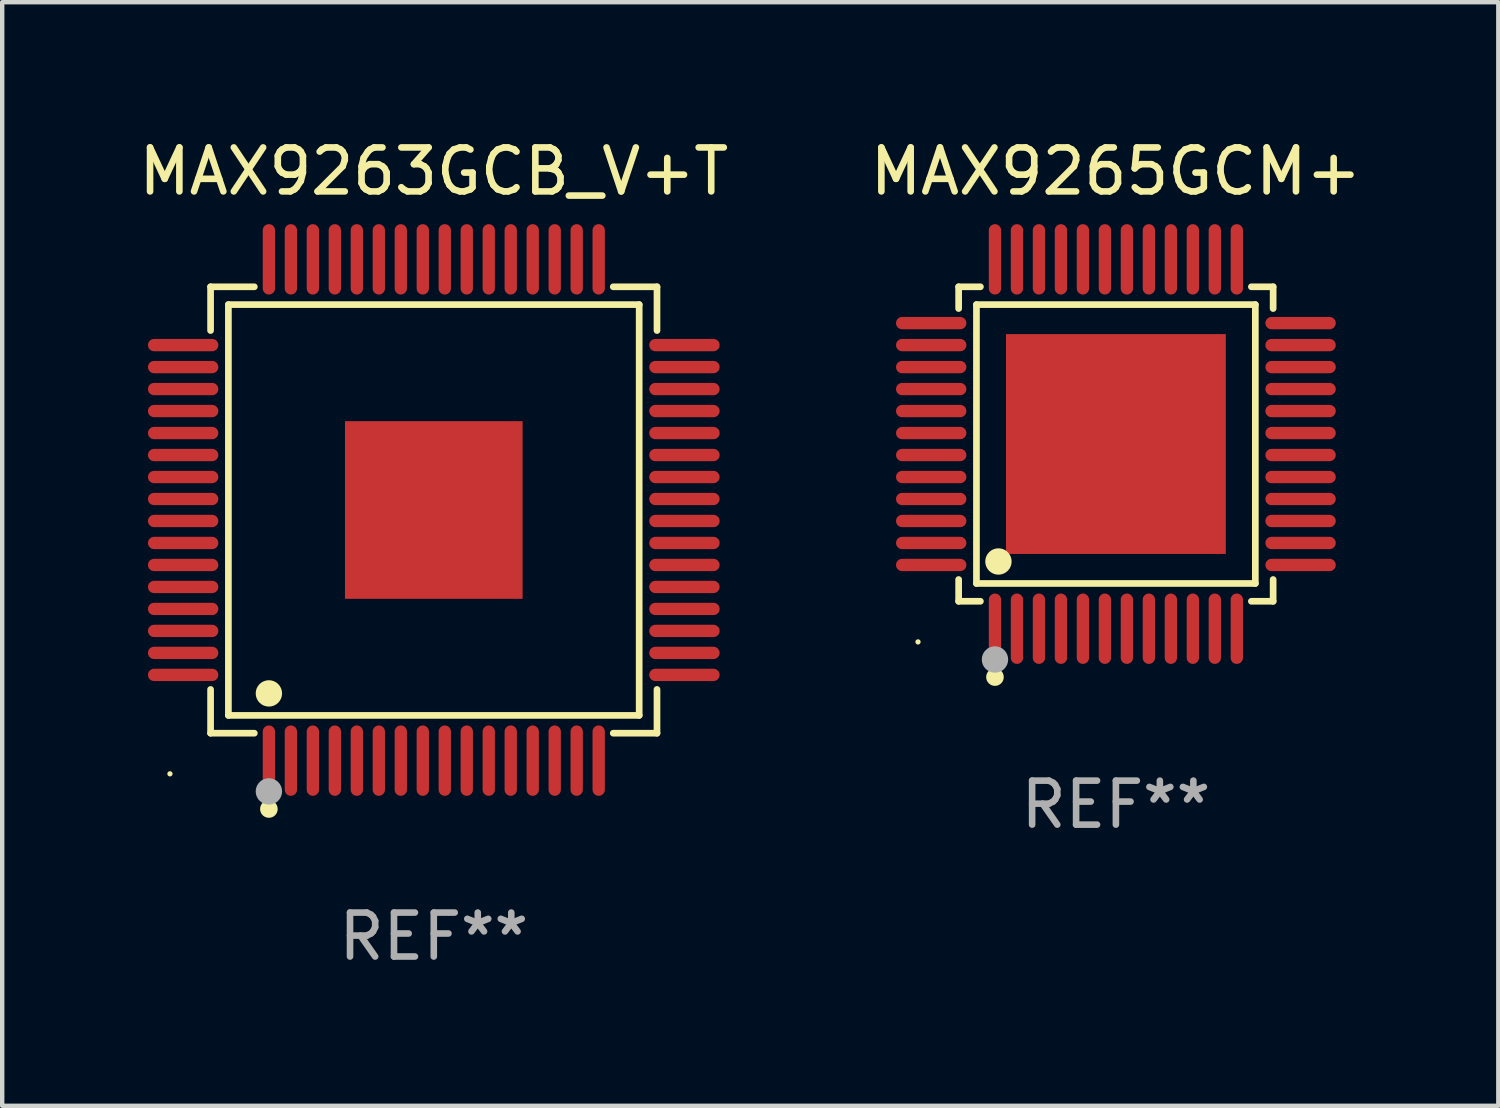
<source format=kicad_pcb>
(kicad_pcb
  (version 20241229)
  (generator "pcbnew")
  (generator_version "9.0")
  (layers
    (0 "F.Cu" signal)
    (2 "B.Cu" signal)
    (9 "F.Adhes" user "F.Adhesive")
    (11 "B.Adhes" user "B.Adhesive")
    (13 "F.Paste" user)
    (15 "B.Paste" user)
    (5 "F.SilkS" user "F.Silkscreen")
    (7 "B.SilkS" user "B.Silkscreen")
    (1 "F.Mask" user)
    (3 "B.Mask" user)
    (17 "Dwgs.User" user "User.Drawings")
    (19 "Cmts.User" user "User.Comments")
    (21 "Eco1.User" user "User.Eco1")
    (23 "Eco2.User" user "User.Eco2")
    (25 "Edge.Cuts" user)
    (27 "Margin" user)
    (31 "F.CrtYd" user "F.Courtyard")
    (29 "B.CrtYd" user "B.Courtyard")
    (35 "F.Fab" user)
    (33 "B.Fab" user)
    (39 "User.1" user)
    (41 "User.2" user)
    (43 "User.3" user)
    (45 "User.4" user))
  (footprint "MAX9265GCM+"
    (layer "F.Cu")
    (at 22.327 7.048)
    (property "Reference" "MAX9265GCM+" (at 0 -6.2 0) (layer "F.SilkS") (effects (font (size 1 1) (thickness 0.15))))
    (attr through_hole)
    (fp_line (start -3.576 -3.576) (end -3.081 -3.576) (stroke (width 0.152) (type solid)) (layer "F.SilkS"))
    (fp_line (start -3.576 -3.081) (end -3.576 -3.576) (stroke (width 0.152) (type solid)) (layer "F.SilkS"))
    (fp_line (start -3.576 3.081) (end -3.576 3.576) (stroke (width 0.152) (type solid)) (layer "F.SilkS"))
    (fp_line (start -3.576 3.576) (end -3.081 3.576) (stroke (width 0.152) (type solid)) (layer "F.SilkS"))
    (fp_line (start -3.171 -3.171) (end 3.171 -3.171) (stroke (width 0.152) (type solid)) (layer "F.SilkS"))
    (fp_line (start -3.171 3.171) (end -3.171 -3.171) (stroke (width 0.152) (type solid)) (layer "F.SilkS"))
    (fp_line (start 3.171 -3.171) (end 3.171 3.171) (stroke (width 0.152) (type solid)) (layer "F.SilkS"))
    (fp_line (start 3.171 3.171) (end -3.171 3.171) (stroke (width 0.152) (type solid)) (layer "F.SilkS"))
    (fp_line (start 3.576 -3.576) (end 3.081 -3.576) (stroke (width 0.152) (type solid)) (layer "F.SilkS"))
    (fp_line (start 3.576 -3.081) (end 3.576 -3.576) (stroke (width 0.152) (type solid)) (layer "F.SilkS"))
    (fp_line (start 3.576 3.081) (end 3.576 3.576) (stroke (width 0.152) (type solid)) (layer "F.SilkS"))
    (fp_line (start 3.576 3.576) (end 3.081 3.576) (stroke (width 0.152) (type solid)) (layer "F.SilkS"))
    (fp_circle (center -4.5 4.5) (end -4.47 4.5) (stroke (width 0.06) (type solid)) (fill no) (layer "F.SilkS"))
    (fp_circle (center -2.75 5.3) (end -2.65 5.3) (stroke (width 0.2) (type solid)) (fill no) (layer "F.SilkS"))
    (fp_circle (center -2.671 2.671) (end -2.521 2.671) (stroke (width 0.3) (type solid)) (fill no) (layer "F.SilkS"))
    (fp_circle (center -2.75 4.9) (end -2.6 4.9) (stroke (width 0.3) (type solid)) (fill no) (layer "F.Fab"))
    (fp_text user "REF**" (at 0 8.2 0) (layer "F.Fab") (effects (font (size 1 1) (thickness 0.15))))
    (pad "1" smd oval (at -2.75 4.2) (size 0.28 1.6) (layers "F.Cu" "F.Mask" "F.Paste"))
    (pad "2" smd oval (at -2.25 4.2) (size 0.28 1.6) (layers "F.Cu" "F.Mask" "F.Paste"))
    (pad "3" smd oval (at -1.75 4.2) (size 0.28 1.6) (layers "F.Cu" "F.Mask" "F.Paste"))
    (pad "4" smd oval (at -1.25 4.2) (size 0.28 1.6) (layers "F.Cu" "F.Mask" "F.Paste"))
    (pad "5" smd oval (at -0.75 4.2) (size 0.28 1.6) (layers "F.Cu" "F.Mask" "F.Paste"))
    (pad "6" smd oval (at -0.25 4.2) (size 0.28 1.6) (layers "F.Cu" "F.Mask" "F.Paste"))
    (pad "7" smd oval (at 0.25 4.2) (size 0.28 1.6) (layers "F.Cu" "F.Mask" "F.Paste"))
    (pad "8" smd oval (at 0.75 4.2) (size 0.28 1.6) (layers "F.Cu" "F.Mask" "F.Paste"))
    (pad "9" smd oval (at 1.25 4.2) (size 0.28 1.6) (layers "F.Cu" "F.Mask" "F.Paste"))
    (pad "10" smd oval (at 1.75 4.2) (size 0.28 1.6) (layers "F.Cu" "F.Mask" "F.Paste"))
    (pad "11" smd oval (at 2.25 4.2) (size 0.28 1.6) (layers "F.Cu" "F.Mask" "F.Paste"))
    (pad "12" smd oval (at 2.75 4.2) (size 0.28 1.6) (layers "F.Cu" "F.Mask" "F.Paste"))
    (pad "13" smd oval (at 4.2 2.75) (size 1.6 0.28) (layers "F.Cu" "F.Mask" "F.Paste"))
    (pad "14" smd oval (at 4.2 2.25) (size 1.6 0.28) (layers "F.Cu" "F.Mask" "F.Paste"))
    (pad "15" smd oval (at 4.2 1.75) (size 1.6 0.28) (layers "F.Cu" "F.Mask" "F.Paste"))
    (pad "16" smd oval (at 4.2 1.25) (size 1.6 0.28) (layers "F.Cu" "F.Mask" "F.Paste"))
    (pad "17" smd oval (at 4.2 0.75) (size 1.6 0.28) (layers "F.Cu" "F.Mask" "F.Paste"))
    (pad "18" smd oval (at 4.2 0.25) (size 1.6 0.28) (layers "F.Cu" "F.Mask" "F.Paste"))
    (pad "19" smd oval (at 4.2 -0.25) (size 1.6 0.28) (layers "F.Cu" "F.Mask" "F.Paste"))
    (pad "20" smd oval (at 4.2 -0.75) (size 1.6 0.28) (layers "F.Cu" "F.Mask" "F.Paste"))
    (pad "21" smd oval (at 4.2 -1.25) (size 1.6 0.28) (layers "F.Cu" "F.Mask" "F.Paste"))
    (pad "22" smd oval (at 4.2 -1.75) (size 1.6 0.28) (layers "F.Cu" "F.Mask" "F.Paste"))
    (pad "23" smd oval (at 4.2 -2.25) (size 1.6 0.28) (layers "F.Cu" "F.Mask" "F.Paste"))
    (pad "24" smd oval (at 4.2 -2.75) (size 1.6 0.28) (layers "F.Cu" "F.Mask" "F.Paste"))
    (pad "25" smd oval (at 2.75 -4.2) (size 0.28 1.6) (layers "F.Cu" "F.Mask" "F.Paste"))
    (pad "26" smd oval (at 2.25 -4.2) (size 0.28 1.6) (layers "F.Cu" "F.Mask" "F.Paste"))
    (pad "27" smd oval (at 1.75 -4.2) (size 0.28 1.6) (layers "F.Cu" "F.Mask" "F.Paste"))
    (pad "28" smd oval (at 1.25 -4.2) (size 0.28 1.6) (layers "F.Cu" "F.Mask" "F.Paste"))
    (pad "29" smd oval (at 0.75 -4.2) (size 0.28 1.6) (layers "F.Cu" "F.Mask" "F.Paste"))
    (pad "30" smd oval (at 0.25 -4.2) (size 0.28 1.6) (layers "F.Cu" "F.Mask" "F.Paste"))
    (pad "31" smd oval (at -0.25 -4.2) (size 0.28 1.6) (layers "F.Cu" "F.Mask" "F.Paste"))
    (pad "32" smd oval (at -0.75 -4.2) (size 0.28 1.6) (layers "F.Cu" "F.Mask" "F.Paste"))
    (pad "33" smd oval (at -1.25 -4.2) (size 0.28 1.6) (layers "F.Cu" "F.Mask" "F.Paste"))
    (pad "34" smd oval (at -1.75 -4.2) (size 0.28 1.6) (layers "F.Cu" "F.Mask" "F.Paste"))
    (pad "35" smd oval (at -2.25 -4.2) (size 0.28 1.6) (layers "F.Cu" "F.Mask" "F.Paste"))
    (pad "36" smd oval (at -2.75 -4.2) (size 0.28 1.6) (layers "F.Cu" "F.Mask" "F.Paste"))
    (pad "37" smd oval (at -4.2 -2.75) (size 1.6 0.28) (layers "F.Cu" "F.Mask" "F.Paste"))
    (pad "38" smd oval (at -4.2 -2.25) (size 1.6 0.28) (layers "F.Cu" "F.Mask" "F.Paste"))
    (pad "39" smd oval (at -4.2 -1.75) (size 1.6 0.28) (layers "F.Cu" "F.Mask" "F.Paste"))
    (pad "40" smd oval (at -4.2 -1.25) (size 1.6 0.28) (layers "F.Cu" "F.Mask" "F.Paste"))
    (pad "41" smd oval (at -4.2 -0.75) (size 1.6 0.28) (layers "F.Cu" "F.Mask" "F.Paste"))
    (pad "42" smd oval (at -4.2 -0.25) (size 1.6 0.28) (layers "F.Cu" "F.Mask" "F.Paste"))
    (pad "43" smd oval (at -4.2 0.25) (size 1.6 0.28) (layers "F.Cu" "F.Mask" "F.Paste"))
    (pad "44" smd oval (at -4.2 0.75) (size 1.6 0.28) (layers "F.Cu" "F.Mask" "F.Paste"))
    (pad "45" smd oval (at -4.2 1.25) (size 1.6 0.28) (layers "F.Cu" "F.Mask" "F.Paste"))
    (pad "46" smd oval (at -4.2 1.75) (size 1.6 0.28) (layers "F.Cu" "F.Mask" "F.Paste"))
    (pad "47" smd oval (at -4.2 2.25) (size 1.6 0.28) (layers "F.Cu" "F.Mask" "F.Paste"))
    (pad "48" smd oval (at -4.2 2.75) (size 1.6 0.28) (layers "F.Cu" "F.Mask" "F.Paste"))
    (pad "49" smd rect (at 0 0) (size 5 5) (layers "F.Cu" "F.Mask" "F.Paste")))
  (footprint "MAX9263GCB_V+T"
    (layer "F.Cu")
    (at 6.815 8.548)
    (property "Reference" "MAX9263GCB_V+T" (at 0 -7.7 0) (layer "F.SilkS") (effects (font (size 1 1) (thickness 0.15))))
    (attr through_hole)
    (fp_line (start -5.076 -5.076) (end -4.081 -5.076) (stroke (width 0.152) (type solid)) (layer "F.SilkS"))
    (fp_line (start -5.076 -4.081) (end -5.076 -5.076) (stroke (width 0.152) (type solid)) (layer "F.SilkS"))
    (fp_line (start -5.076 4.081) (end -5.076 5.076) (stroke (width 0.152) (type solid)) (layer "F.SilkS"))
    (fp_line (start -5.076 5.076) (end -4.081 5.076) (stroke (width 0.152) (type solid)) (layer "F.SilkS"))
    (fp_line (start -4.671 -4.671) (end 4.671 -4.671) (stroke (width 0.152) (type solid)) (layer "F.SilkS"))
    (fp_line (start -4.671 4.671) (end -4.671 -4.671) (stroke (width 0.152) (type solid)) (layer "F.SilkS"))
    (fp_line (start 4.671 -4.671) (end 4.671 4.671) (stroke (width 0.152) (type solid)) (layer "F.SilkS"))
    (fp_line (start 4.671 4.671) (end -4.671 4.671) (stroke (width 0.152) (type solid)) (layer "F.SilkS"))
    (fp_line (start 5.076 -5.076) (end 4.081 -5.076) (stroke (width 0.152) (type solid)) (layer "F.SilkS"))
    (fp_line (start 5.076 -4.081) (end 5.076 -5.076) (stroke (width 0.152) (type solid)) (layer "F.SilkS"))
    (fp_line (start 5.076 4.081) (end 5.076 5.076) (stroke (width 0.152) (type solid)) (layer "F.SilkS"))
    (fp_line (start 5.076 5.076) (end 4.081 5.076) (stroke (width 0.152) (type solid)) (layer "F.SilkS"))
    (fp_circle (center -6 6) (end -5.97 6) (stroke (width 0.06) (type solid)) (fill no) (layer "F.SilkS"))
    (fp_circle (center -3.75 4.171) (end -3.6 4.171) (stroke (width 0.3) (type solid)) (fill no) (layer "F.SilkS"))
    (fp_circle (center -3.75 6.8) (end -3.65 6.8) (stroke (width 0.2) (type solid)) (fill no) (layer "F.SilkS"))
    (fp_circle (center -3.75 6.4) (end -3.6 6.4) (stroke (width 0.3) (type solid)) (fill no) (layer "F.Fab"))
    (fp_text user "REF**" (at 0 9.7 0) (layer "F.Fab") (effects (font (size 1 1) (thickness 0.15))))
    (pad "1" smd oval (at -3.75 5.7) (size 0.28 1.6) (layers "F.Cu" "F.Mask" "F.Paste"))
    (pad "2" smd oval (at -3.25 5.7) (size 0.28 1.6) (layers "F.Cu" "F.Mask" "F.Paste"))
    (pad "3" smd oval (at -2.75 5.7) (size 0.28 1.6) (layers "F.Cu" "F.Mask" "F.Paste"))
    (pad "4" smd oval (at -2.25 5.7) (size 0.28 1.6) (layers "F.Cu" "F.Mask" "F.Paste"))
    (pad "5" smd oval (at -1.75 5.7) (size 0.28 1.6) (layers "F.Cu" "F.Mask" "F.Paste"))
    (pad "6" smd oval (at -1.25 5.7) (size 0.28 1.6) (layers "F.Cu" "F.Mask" "F.Paste"))
    (pad "7" smd oval (at -0.75 5.7) (size 0.28 1.6) (layers "F.Cu" "F.Mask" "F.Paste"))
    (pad "8" smd oval (at -0.25 5.7) (size 0.28 1.6) (layers "F.Cu" "F.Mask" "F.Paste"))
    (pad "9" smd oval (at 0.25 5.7) (size 0.28 1.6) (layers "F.Cu" "F.Mask" "F.Paste"))
    (pad "10" smd oval (at 0.75 5.7) (size 0.28 1.6) (layers "F.Cu" "F.Mask" "F.Paste"))
    (pad "11" smd oval (at 1.25 5.7) (size 0.28 1.6) (layers "F.Cu" "F.Mask" "F.Paste"))
    (pad "12" smd oval (at 1.75 5.7) (size 0.28 1.6) (layers "F.Cu" "F.Mask" "F.Paste"))
    (pad "13" smd oval (at 2.25 5.7) (size 0.28 1.6) (layers "F.Cu" "F.Mask" "F.Paste"))
    (pad "14" smd oval (at 2.75 5.7) (size 0.28 1.6) (layers "F.Cu" "F.Mask" "F.Paste"))
    (pad "15" smd oval (at 3.25 5.7) (size 0.28 1.6) (layers "F.Cu" "F.Mask" "F.Paste"))
    (pad "16" smd oval (at 3.75 5.7) (size 0.28 1.6) (layers "F.Cu" "F.Mask" "F.Paste"))
    (pad "17" smd oval (at 5.7 3.75) (size 1.6 0.28) (layers "F.Cu" "F.Mask" "F.Paste"))
    (pad "18" smd oval (at 5.7 3.25) (size 1.6 0.28) (layers "F.Cu" "F.Mask" "F.Paste"))
    (pad "19" smd oval (at 5.7 2.75) (size 1.6 0.28) (layers "F.Cu" "F.Mask" "F.Paste"))
    (pad "20" smd oval (at 5.7 2.25) (size 1.6 0.28) (layers "F.Cu" "F.Mask" "F.Paste"))
    (pad "21" smd oval (at 5.7 1.75) (size 1.6 0.28) (layers "F.Cu" "F.Mask" "F.Paste"))
    (pad "22" smd oval (at 5.7 1.25) (size 1.6 0.28) (layers "F.Cu" "F.Mask" "F.Paste"))
    (pad "23" smd oval (at 5.7 0.75) (size 1.6 0.28) (layers "F.Cu" "F.Mask" "F.Paste"))
    (pad "24" smd oval (at 5.7 0.25) (size 1.6 0.28) (layers "F.Cu" "F.Mask" "F.Paste"))
    (pad "25" smd oval (at 5.7 -0.25) (size 1.6 0.28) (layers "F.Cu" "F.Mask" "F.Paste"))
    (pad "26" smd oval (at 5.7 -0.75) (size 1.6 0.28) (layers "F.Cu" "F.Mask" "F.Paste"))
    (pad "27" smd oval (at 5.7 -1.25) (size 1.6 0.28) (layers "F.Cu" "F.Mask" "F.Paste"))
    (pad "28" smd oval (at 5.7 -1.75) (size 1.6 0.28) (layers "F.Cu" "F.Mask" "F.Paste"))
    (pad "29" smd oval (at 5.7 -2.25) (size 1.6 0.28) (layers "F.Cu" "F.Mask" "F.Paste"))
    (pad "30" smd oval (at 5.7 -2.75) (size 1.6 0.28) (layers "F.Cu" "F.Mask" "F.Paste"))
    (pad "31" smd oval (at 5.7 -3.25) (size 1.6 0.28) (layers "F.Cu" "F.Mask" "F.Paste"))
    (pad "32" smd oval (at 5.7 -3.75) (size 1.6 0.28) (layers "F.Cu" "F.Mask" "F.Paste"))
    (pad "33" smd oval (at 3.75 -5.7) (size 0.28 1.6) (layers "F.Cu" "F.Mask" "F.Paste"))
    (pad "34" smd oval (at 3.25 -5.7) (size 0.28 1.6) (layers "F.Cu" "F.Mask" "F.Paste"))
    (pad "35" smd oval (at 2.75 -5.7) (size 0.28 1.6) (layers "F.Cu" "F.Mask" "F.Paste"))
    (pad "36" smd oval (at 2.25 -5.7) (size 0.28 1.6) (layers "F.Cu" "F.Mask" "F.Paste"))
    (pad "37" smd oval (at 1.75 -5.7) (size 0.28 1.6) (layers "F.Cu" "F.Mask" "F.Paste"))
    (pad "38" smd oval (at 1.25 -5.7) (size 0.28 1.6) (layers "F.Cu" "F.Mask" "F.Paste"))
    (pad "39" smd oval (at 0.75 -5.7) (size 0.28 1.6) (layers "F.Cu" "F.Mask" "F.Paste"))
    (pad "40" smd oval (at 0.25 -5.7) (size 0.28 1.6) (layers "F.Cu" "F.Mask" "F.Paste"))
    (pad "41" smd oval (at -0.25 -5.7) (size 0.28 1.6) (layers "F.Cu" "F.Mask" "F.Paste"))
    (pad "42" smd oval (at -0.75 -5.7) (size 0.28 1.6) (layers "F.Cu" "F.Mask" "F.Paste"))
    (pad "43" smd oval (at -1.25 -5.7) (size 0.28 1.6) (layers "F.Cu" "F.Mask" "F.Paste"))
    (pad "44" smd oval (at -1.75 -5.7) (size 0.28 1.6) (layers "F.Cu" "F.Mask" "F.Paste"))
    (pad "45" smd oval (at -2.25 -5.7) (size 0.28 1.6) (layers "F.Cu" "F.Mask" "F.Paste"))
    (pad "46" smd oval (at -2.75 -5.7) (size 0.28 1.6) (layers "F.Cu" "F.Mask" "F.Paste"))
    (pad "47" smd oval (at -3.25 -5.7) (size 0.28 1.6) (layers "F.Cu" "F.Mask" "F.Paste"))
    (pad "48" smd oval (at -3.75 -5.7) (size 0.28 1.6) (layers "F.Cu" "F.Mask" "F.Paste"))
    (pad "49" smd oval (at -5.7 -3.75) (size 1.6 0.28) (layers "F.Cu" "F.Mask" "F.Paste"))
    (pad "50" smd oval (at -5.7 -3.25) (size 1.6 0.28) (layers "F.Cu" "F.Mask" "F.Paste"))
    (pad "51" smd oval (at -5.7 -2.75) (size 1.6 0.28) (layers "F.Cu" "F.Mask" "F.Paste"))
    (pad "52" smd oval (at -5.7 -2.25) (size 1.6 0.28) (layers "F.Cu" "F.Mask" "F.Paste"))
    (pad "53" smd oval (at -5.7 -1.75) (size 1.6 0.28) (layers "F.Cu" "F.Mask" "F.Paste"))
    (pad "54" smd oval (at -5.7 -1.25) (size 1.6 0.28) (layers "F.Cu" "F.Mask" "F.Paste"))
    (pad "55" smd oval (at -5.7 -0.75) (size 1.6 0.28) (layers "F.Cu" "F.Mask" "F.Paste"))
    (pad "56" smd oval (at -5.7 -0.25) (size 1.6 0.28) (layers "F.Cu" "F.Mask" "F.Paste"))
    (pad "57" smd oval (at -5.7 0.25) (size 1.6 0.28) (layers "F.Cu" "F.Mask" "F.Paste"))
    (pad "58" smd oval (at -5.7 0.75) (size 1.6 0.28) (layers "F.Cu" "F.Mask" "F.Paste"))
    (pad "59" smd oval (at -5.7 1.25) (size 1.6 0.28) (layers "F.Cu" "F.Mask" "F.Paste"))
    (pad "60" smd oval (at -5.7 1.75) (size 1.6 0.28) (layers "F.Cu" "F.Mask" "F.Paste"))
    (pad "61" smd oval (at -5.7 2.25) (size 1.6 0.28) (layers "F.Cu" "F.Mask" "F.Paste"))
    (pad "62" smd oval (at -5.7 2.75) (size 1.6 0.28) (layers "F.Cu" "F.Mask" "F.Paste"))
    (pad "63" smd oval (at -5.7 3.25) (size 1.6 0.28) (layers "F.Cu" "F.Mask" "F.Paste"))
    (pad "64" smd oval (at -5.7 3.75) (size 1.6 0.28) (layers "F.Cu" "F.Mask" "F.Paste"))
    (pad "65" smd rect (at 0 0) (size 4.04 4.04) (layers "F.Cu" "F.Mask" "F.Paste")))
  (gr_rect
    (start -3 -3)
    (end 31.024 22.097)
    (stroke (width 0.1) (type default))
    (fill no)
    (layer "Edge.Cuts")))
</source>
